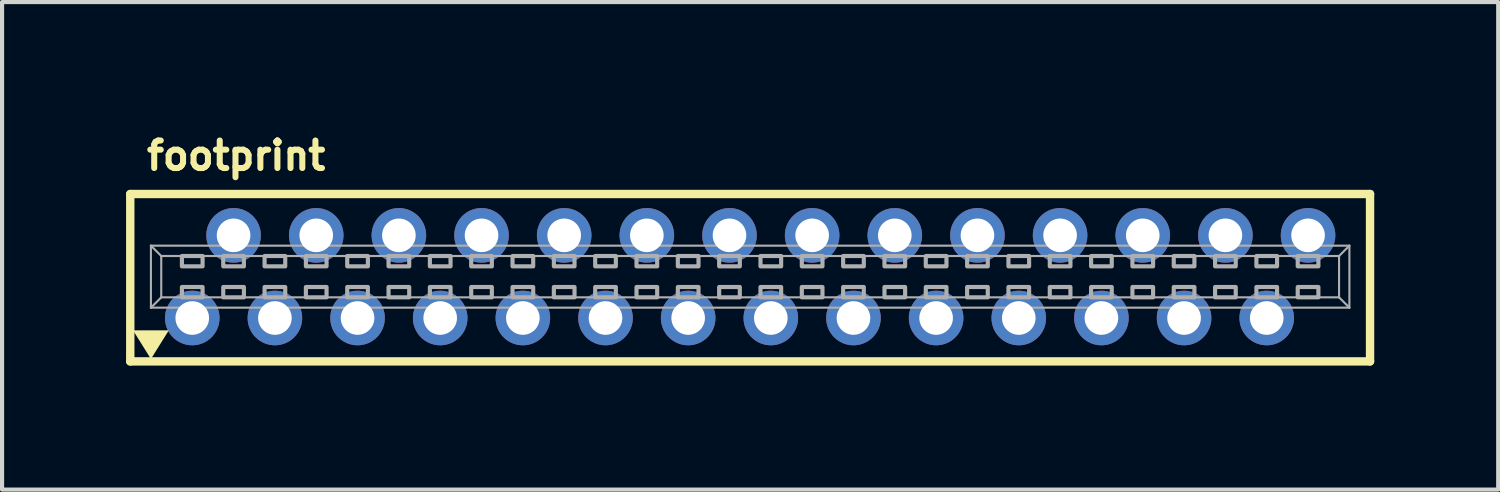
<source format=kicad_pcb>
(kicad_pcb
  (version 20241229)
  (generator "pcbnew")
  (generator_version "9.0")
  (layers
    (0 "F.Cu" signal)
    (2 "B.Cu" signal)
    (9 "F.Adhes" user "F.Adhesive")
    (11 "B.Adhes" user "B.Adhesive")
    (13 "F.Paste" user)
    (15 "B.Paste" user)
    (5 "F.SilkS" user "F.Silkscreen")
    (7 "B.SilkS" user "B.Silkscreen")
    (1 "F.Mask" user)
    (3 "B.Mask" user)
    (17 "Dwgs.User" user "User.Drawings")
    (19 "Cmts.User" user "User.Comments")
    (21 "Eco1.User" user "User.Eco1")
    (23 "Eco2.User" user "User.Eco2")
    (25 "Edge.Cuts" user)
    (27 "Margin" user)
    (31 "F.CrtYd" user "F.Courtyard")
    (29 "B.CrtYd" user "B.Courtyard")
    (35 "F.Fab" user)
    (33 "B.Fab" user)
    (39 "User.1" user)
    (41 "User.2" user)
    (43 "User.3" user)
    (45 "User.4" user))
  (footprint "footprint"
    (layer "F.Cu")
    (at 15.102 3.645)
    (property "Reference" "footprint" (at -14.675 -2.54 0) (layer "F.SilkS") (effects (font (size 0.666 0.666) (thickness 0.146)) (justify left bottom)))
    (fp_line (start -15 -2) (end -15 2.05) (stroke (width 0.203) (type solid)) (layer "F.SilkS"))
    (fp_line (start -15 2.05) (end 15 2.05) (stroke (width 0.203) (type solid)) (layer "F.SilkS"))
    (fp_line (start 15 -2) (end -15 -2) (stroke (width 0.203) (type solid)) (layer "F.SilkS"))
    (fp_line (start 15 -2) (end 15 2.05) (stroke (width 0.203) (type solid)) (layer "F.SilkS"))
    (fp_poly (pts (xy -14.5 1.992) (xy -14.933 1.298) (xy -14.067 1.298)) (stroke (width 0) (type solid)) (fill yes) (layer "F.SilkS"))
    (fp_line (start -14.5 -0.75) (end 14.5 -0.75) (stroke (width 0.051) (type solid)) (layer "F.Fab"))
    (fp_line (start -14.5 0.75) (end -14.5 -0.75) (stroke (width 0.051) (type solid)) (layer "F.Fab"))
    (fp_line (start -14.25 -0.5) (end -14.5 -0.75) (stroke (width 0.051) (type solid)) (layer "F.Fab"))
    (fp_line (start -14.25 -0.5) (end 14.25 -0.5) (stroke (width 0.051) (type solid)) (layer "F.Fab"))
    (fp_line (start -14.25 0.5) (end -14.5 0.75) (stroke (width 0.051) (type solid)) (layer "F.Fab"))
    (fp_line (start -14.25 0.5) (end -14.25 -0.5) (stroke (width 0.051) (type solid)) (layer "F.Fab"))
    (fp_line (start 14.25 -0.5) (end 14.25 0.5) (stroke (width 0.051) (type solid)) (layer "F.Fab"))
    (fp_line (start 14.25 -0.5) (end 14.5 -0.75) (stroke (width 0.051) (type solid)) (layer "F.Fab"))
    (fp_line (start 14.25 0.5) (end -14.25 0.5) (stroke (width 0.051) (type solid)) (layer "F.Fab"))
    (fp_line (start 14.25 0.5) (end 14.5 0.75) (stroke (width 0.051) (type solid)) (layer "F.Fab"))
    (fp_line (start 14.5 -0.75) (end 14.5 0.75) (stroke (width 0.051) (type solid)) (layer "F.Fab"))
    (fp_line (start 14.5 0.75) (end -14.5 0.75) (stroke (width 0.051) (type solid)) (layer "F.Fab"))
    (fp_poly (pts (xy -13.75 -0.25) (xy -13.25 -0.25) (xy -13.25 -0.5) (xy -13.75 -0.5)) (stroke (width 0.1) (type solid)) (fill no) (layer "F.Fab"))
    (fp_poly (pts (xy -13.75 0.5) (xy -13.25 0.5) (xy -13.25 0.25) (xy -13.75 0.25)) (stroke (width 0.1) (type solid)) (fill no) (layer "F.Fab"))
    (fp_poly (pts (xy -12.75 -0.25) (xy -12.25 -0.25) (xy -12.25 -0.5) (xy -12.75 -0.5)) (stroke (width 0.1) (type solid)) (fill no) (layer "F.Fab"))
    (fp_poly (pts (xy -12.75 0.5) (xy -12.25 0.5) (xy -12.25 0.25) (xy -12.75 0.25)) (stroke (width 0.1) (type solid)) (fill no) (layer "F.Fab"))
    (fp_poly (pts (xy -11.75 -0.25) (xy -11.25 -0.25) (xy -11.25 -0.5) (xy -11.75 -0.5)) (stroke (width 0.1) (type solid)) (fill no) (layer "F.Fab"))
    (fp_poly (pts (xy -11.75 0.5) (xy -11.25 0.5) (xy -11.25 0.25) (xy -11.75 0.25)) (stroke (width 0.1) (type solid)) (fill no) (layer "F.Fab"))
    (fp_poly (pts (xy -10.75 -0.25) (xy -10.25 -0.25) (xy -10.25 -0.5) (xy -10.75 -0.5)) (stroke (width 0.1) (type solid)) (fill no) (layer "F.Fab"))
    (fp_poly (pts (xy -10.75 0.5) (xy -10.25 0.5) (xy -10.25 0.25) (xy -10.75 0.25)) (stroke (width 0.1) (type solid)) (fill no) (layer "F.Fab"))
    (fp_poly (pts (xy -9.75 -0.25) (xy -9.25 -0.25) (xy -9.25 -0.5) (xy -9.75 -0.5)) (stroke (width 0.1) (type solid)) (fill no) (layer "F.Fab"))
    (fp_poly (pts (xy -9.75 0.5) (xy -9.25 0.5) (xy -9.25 0.25) (xy -9.75 0.25)) (stroke (width 0.1) (type solid)) (fill no) (layer "F.Fab"))
    (fp_poly (pts (xy -8.75 -0.25) (xy -8.25 -0.25) (xy -8.25 -0.5) (xy -8.75 -0.5)) (stroke (width 0.1) (type solid)) (fill no) (layer "F.Fab"))
    (fp_poly (pts (xy -8.75 0.5) (xy -8.25 0.5) (xy -8.25 0.25) (xy -8.75 0.25)) (stroke (width 0.1) (type solid)) (fill no) (layer "F.Fab"))
    (fp_poly (pts (xy -7.75 -0.25) (xy -7.25 -0.25) (xy -7.25 -0.5) (xy -7.75 -0.5)) (stroke (width 0.1) (type solid)) (fill no) (layer "F.Fab"))
    (fp_poly (pts (xy -7.75 0.5) (xy -7.25 0.5) (xy -7.25 0.25) (xy -7.75 0.25)) (stroke (width 0.1) (type solid)) (fill no) (layer "F.Fab"))
    (fp_poly (pts (xy -6.75 -0.25) (xy -6.25 -0.25) (xy -6.25 -0.5) (xy -6.75 -0.5)) (stroke (width 0.1) (type solid)) (fill no) (layer "F.Fab"))
    (fp_poly (pts (xy -6.75 0.5) (xy -6.25 0.5) (xy -6.25 0.25) (xy -6.75 0.25)) (stroke (width 0.1) (type solid)) (fill no) (layer "F.Fab"))
    (fp_poly (pts (xy -5.75 -0.25) (xy -5.25 -0.25) (xy -5.25 -0.5) (xy -5.75 -0.5)) (stroke (width 0.1) (type solid)) (fill no) (layer "F.Fab"))
    (fp_poly (pts (xy -5.75 0.5) (xy -5.25 0.5) (xy -5.25 0.25) (xy -5.75 0.25)) (stroke (width 0.1) (type solid)) (fill no) (layer "F.Fab"))
    (fp_poly (pts (xy -4.75 -0.25) (xy -4.25 -0.25) (xy -4.25 -0.5) (xy -4.75 -0.5)) (stroke (width 0.1) (type solid)) (fill no) (layer "F.Fab"))
    (fp_poly (pts (xy -4.75 0.5) (xy -4.25 0.5) (xy -4.25 0.25) (xy -4.75 0.25)) (stroke (width 0.1) (type solid)) (fill no) (layer "F.Fab"))
    (fp_poly (pts (xy -3.75 -0.25) (xy -3.25 -0.25) (xy -3.25 -0.5) (xy -3.75 -0.5)) (stroke (width 0.1) (type solid)) (fill no) (layer "F.Fab"))
    (fp_poly (pts (xy -3.75 0.5) (xy -3.25 0.5) (xy -3.25 0.25) (xy -3.75 0.25)) (stroke (width 0.1) (type solid)) (fill no) (layer "F.Fab"))
    (fp_poly (pts (xy -2.75 -0.25) (xy -2.25 -0.25) (xy -2.25 -0.5) (xy -2.75 -0.5)) (stroke (width 0.1) (type solid)) (fill no) (layer "F.Fab"))
    (fp_poly (pts (xy -2.75 0.5) (xy -2.25 0.5) (xy -2.25 0.25) (xy -2.75 0.25)) (stroke (width 0.1) (type solid)) (fill no) (layer "F.Fab"))
    (fp_poly (pts (xy -1.75 -0.25) (xy -1.25 -0.25) (xy -1.25 -0.5) (xy -1.75 -0.5)) (stroke (width 0.1) (type solid)) (fill no) (layer "F.Fab"))
    (fp_poly (pts (xy -1.75 0.5) (xy -1.25 0.5) (xy -1.25 0.25) (xy -1.75 0.25)) (stroke (width 0.1) (type solid)) (fill no) (layer "F.Fab"))
    (fp_poly (pts (xy -0.75 -0.25) (xy -0.25 -0.25) (xy -0.25 -0.5) (xy -0.75 -0.5)) (stroke (width 0.1) (type solid)) (fill no) (layer "F.Fab"))
    (fp_poly (pts (xy -0.75 0.5) (xy -0.25 0.5) (xy -0.25 0.25) (xy -0.75 0.25)) (stroke (width 0.1) (type solid)) (fill no) (layer "F.Fab"))
    (fp_poly (pts (xy 0.25 -0.25) (xy 0.75 -0.25) (xy 0.75 -0.5) (xy 0.25 -0.5)) (stroke (width 0.1) (type solid)) (fill no) (layer "F.Fab"))
    (fp_poly (pts (xy 0.25 0.5) (xy 0.75 0.5) (xy 0.75 0.25) (xy 0.25 0.25)) (stroke (width 0.1) (type solid)) (fill no) (layer "F.Fab"))
    (fp_poly (pts (xy 1.25 -0.25) (xy 1.75 -0.25) (xy 1.75 -0.5) (xy 1.25 -0.5)) (stroke (width 0.1) (type solid)) (fill no) (layer "F.Fab"))
    (fp_poly (pts (xy 1.25 0.5) (xy 1.75 0.5) (xy 1.75 0.25) (xy 1.25 0.25)) (stroke (width 0.1) (type solid)) (fill no) (layer "F.Fab"))
    (fp_poly (pts (xy 2.25 -0.25) (xy 2.75 -0.25) (xy 2.75 -0.5) (xy 2.25 -0.5)) (stroke (width 0.1) (type solid)) (fill no) (layer "F.Fab"))
    (fp_poly (pts (xy 2.25 0.5) (xy 2.75 0.5) (xy 2.75 0.25) (xy 2.25 0.25)) (stroke (width 0.1) (type solid)) (fill no) (layer "F.Fab"))
    (fp_poly (pts (xy 3.25 -0.25) (xy 3.75 -0.25) (xy 3.75 -0.5) (xy 3.25 -0.5)) (stroke (width 0.1) (type solid)) (fill no) (layer "F.Fab"))
    (fp_poly (pts (xy 3.25 0.5) (xy 3.75 0.5) (xy 3.75 0.25) (xy 3.25 0.25)) (stroke (width 0.1) (type solid)) (fill no) (layer "F.Fab"))
    (fp_poly (pts (xy 4.25 -0.25) (xy 4.75 -0.25) (xy 4.75 -0.5) (xy 4.25 -0.5)) (stroke (width 0.1) (type solid)) (fill no) (layer "F.Fab"))
    (fp_poly (pts (xy 4.25 0.5) (xy 4.75 0.5) (xy 4.75 0.25) (xy 4.25 0.25)) (stroke (width 0.1) (type solid)) (fill no) (layer "F.Fab"))
    (fp_poly (pts (xy 5.25 -0.25) (xy 5.75 -0.25) (xy 5.75 -0.5) (xy 5.25 -0.5)) (stroke (width 0.1) (type solid)) (fill no) (layer "F.Fab"))
    (fp_poly (pts (xy 5.25 0.5) (xy 5.75 0.5) (xy 5.75 0.25) (xy 5.25 0.25)) (stroke (width 0.1) (type solid)) (fill no) (layer "F.Fab"))
    (fp_poly (pts (xy 6.25 -0.25) (xy 6.75 -0.25) (xy 6.75 -0.5) (xy 6.25 -0.5)) (stroke (width 0.1) (type solid)) (fill no) (layer "F.Fab"))
    (fp_poly (pts (xy 6.25 0.5) (xy 6.75 0.5) (xy 6.75 0.25) (xy 6.25 0.25)) (stroke (width 0.1) (type solid)) (fill no) (layer "F.Fab"))
    (fp_poly (pts (xy 7.25 -0.25) (xy 7.75 -0.25) (xy 7.75 -0.5) (xy 7.25 -0.5)) (stroke (width 0.1) (type solid)) (fill no) (layer "F.Fab"))
    (fp_poly (pts (xy 7.25 0.5) (xy 7.75 0.5) (xy 7.75 0.25) (xy 7.25 0.25)) (stroke (width 0.1) (type solid)) (fill no) (layer "F.Fab"))
    (fp_poly (pts (xy 8.25 -0.25) (xy 8.75 -0.25) (xy 8.75 -0.5) (xy 8.25 -0.5)) (stroke (width 0.1) (type solid)) (fill no) (layer "F.Fab"))
    (fp_poly (pts (xy 8.25 0.5) (xy 8.75 0.5) (xy 8.75 0.25) (xy 8.25 0.25)) (stroke (width 0.1) (type solid)) (fill no) (layer "F.Fab"))
    (fp_poly (pts (xy 9.25 -0.25) (xy 9.75 -0.25) (xy 9.75 -0.5) (xy 9.25 -0.5)) (stroke (width 0.1) (type solid)) (fill no) (layer "F.Fab"))
    (fp_poly (pts (xy 9.25 0.5) (xy 9.75 0.5) (xy 9.75 0.25) (xy 9.25 0.25)) (stroke (width 0.1) (type solid)) (fill no) (layer "F.Fab"))
    (fp_poly (pts (xy 10.25 -0.25) (xy 10.75 -0.25) (xy 10.75 -0.5) (xy 10.25 -0.5)) (stroke (width 0.1) (type solid)) (fill no) (layer "F.Fab"))
    (fp_poly (pts (xy 10.25 0.5) (xy 10.75 0.5) (xy 10.75 0.25) (xy 10.25 0.25)) (stroke (width 0.1) (type solid)) (fill no) (layer "F.Fab"))
    (fp_poly (pts (xy 11.25 -0.25) (xy 11.75 -0.25) (xy 11.75 -0.5) (xy 11.25 -0.5)) (stroke (width 0.1) (type solid)) (fill no) (layer "F.Fab"))
    (fp_poly (pts (xy 11.25 0.5) (xy 11.75 0.5) (xy 11.75 0.25) (xy 11.25 0.25)) (stroke (width 0.1) (type solid)) (fill no) (layer "F.Fab"))
    (fp_poly (pts (xy 12.25 -0.25) (xy 12.75 -0.25) (xy 12.75 -0.5) (xy 12.25 -0.5)) (stroke (width 0.1) (type solid)) (fill no) (layer "F.Fab"))
    (fp_poly (pts (xy 12.25 0.5) (xy 12.75 0.5) (xy 12.75 0.25) (xy 12.25 0.25)) (stroke (width 0.1) (type solid)) (fill no) (layer "F.Fab"))
    (fp_poly (pts (xy 13.25 -0.25) (xy 13.75 -0.25) (xy 13.75 -0.5) (xy 13.25 -0.5)) (stroke (width 0.1) (type solid)) (fill no) (layer "F.Fab"))
    (fp_poly (pts (xy 13.25 0.5) (xy 13.75 0.5) (xy 13.75 0.25) (xy 13.25 0.25)) (stroke (width 0.1) (type solid)) (fill no) (layer "F.Fab"))
    (pad "1" thru_hole circle (at -13.5 1) (size 1.321 1.321) (drill 0.813) (layers "*.Cu" "*.Mask"))
    (pad "2" thru_hole circle (at -12.5 -1) (size 1.321 1.321) (drill 0.813) (layers "*.Cu" "*.Mask"))
    (pad "3" thru_hole circle (at -11.5 1) (size 1.321 1.321) (drill 0.813) (layers "*.Cu" "*.Mask"))
    (pad "4" thru_hole circle (at -10.5 -1) (size 1.321 1.321) (drill 0.813) (layers "*.Cu" "*.Mask"))
    (pad "5" thru_hole circle (at -9.5 1) (size 1.321 1.321) (drill 0.813) (layers "*.Cu" "*.Mask"))
    (pad "6" thru_hole circle (at -8.5 -1) (size 1.321 1.321) (drill 0.813) (layers "*.Cu" "*.Mask"))
    (pad "7" thru_hole circle (at -7.5 1) (size 1.321 1.321) (drill 0.813) (layers "*.Cu" "*.Mask"))
    (pad "8" thru_hole circle (at -6.5 -1) (size 1.321 1.321) (drill 0.813) (layers "*.Cu" "*.Mask"))
    (pad "9" thru_hole circle (at -5.5 1) (size 1.321 1.321) (drill 0.813) (layers "*.Cu" "*.Mask"))
    (pad "10" thru_hole circle (at -4.5 -1) (size 1.321 1.321) (drill 0.813) (layers "*.Cu" "*.Mask"))
    (pad "11" thru_hole circle (at -3.5 1) (size 1.321 1.321) (drill 0.813) (layers "*.Cu" "*.Mask"))
    (pad "12" thru_hole circle (at -2.5 -1) (size 1.321 1.321) (drill 0.813) (layers "*.Cu" "*.Mask"))
    (pad "13" thru_hole circle (at -1.5 1) (size 1.321 1.321) (drill 0.813) (layers "*.Cu" "*.Mask"))
    (pad "14" thru_hole circle (at -0.5 -1) (size 1.321 1.321) (drill 0.813) (layers "*.Cu" "*.Mask"))
    (pad "15" thru_hole circle (at 0.5 1) (size 1.321 1.321) (drill 0.813) (layers "*.Cu" "*.Mask"))
    (pad "16" thru_hole circle (at 1.5 -1) (size 1.321 1.321) (drill 0.813) (layers "*.Cu" "*.Mask"))
    (pad "17" thru_hole circle (at 2.5 1) (size 1.321 1.321) (drill 0.813) (layers "*.Cu" "*.Mask"))
    (pad "18" thru_hole circle (at 3.5 -1) (size 1.321 1.321) (drill 0.813) (layers "*.Cu" "*.Mask"))
    (pad "19" thru_hole circle (at 4.5 1) (size 1.321 1.321) (drill 0.813) (layers "*.Cu" "*.Mask"))
    (pad "20" thru_hole circle (at 5.5 -1) (size 1.321 1.321) (drill 0.813) (layers "*.Cu" "*.Mask"))
    (pad "21" thru_hole circle (at 6.5 1) (size 1.321 1.321) (drill 0.813) (layers "*.Cu" "*.Mask"))
    (pad "22" thru_hole circle (at 7.5 -1) (size 1.321 1.321) (drill 0.813) (layers "*.Cu" "*.Mask"))
    (pad "23" thru_hole circle (at 8.5 1) (size 1.321 1.321) (drill 0.813) (layers "*.Cu" "*.Mask"))
    (pad "24" thru_hole circle (at 9.5 -1) (size 1.321 1.321) (drill 0.813) (layers "*.Cu" "*.Mask"))
    (pad "25" thru_hole circle (at 10.5 1) (size 1.321 1.321) (drill 0.813) (layers "*.Cu" "*.Mask"))
    (pad "26" thru_hole circle (at 11.5 -1) (size 1.321 1.321) (drill 0.813) (layers "*.Cu" "*.Mask"))
    (pad "27" thru_hole circle (at 12.5 1) (size 1.321 1.321) (drill 0.813) (layers "*.Cu" "*.Mask"))
    (pad "28" thru_hole circle (at 13.5 -1) (size 1.321 1.321) (drill 0.813) (layers "*.Cu" "*.Mask")))
  (gr_rect
    (start -3 -3)
    (end 33.203 8.797)
    (stroke (width 0.1) (type default))
    (fill no)
    (layer "Edge.Cuts")))
</source>
